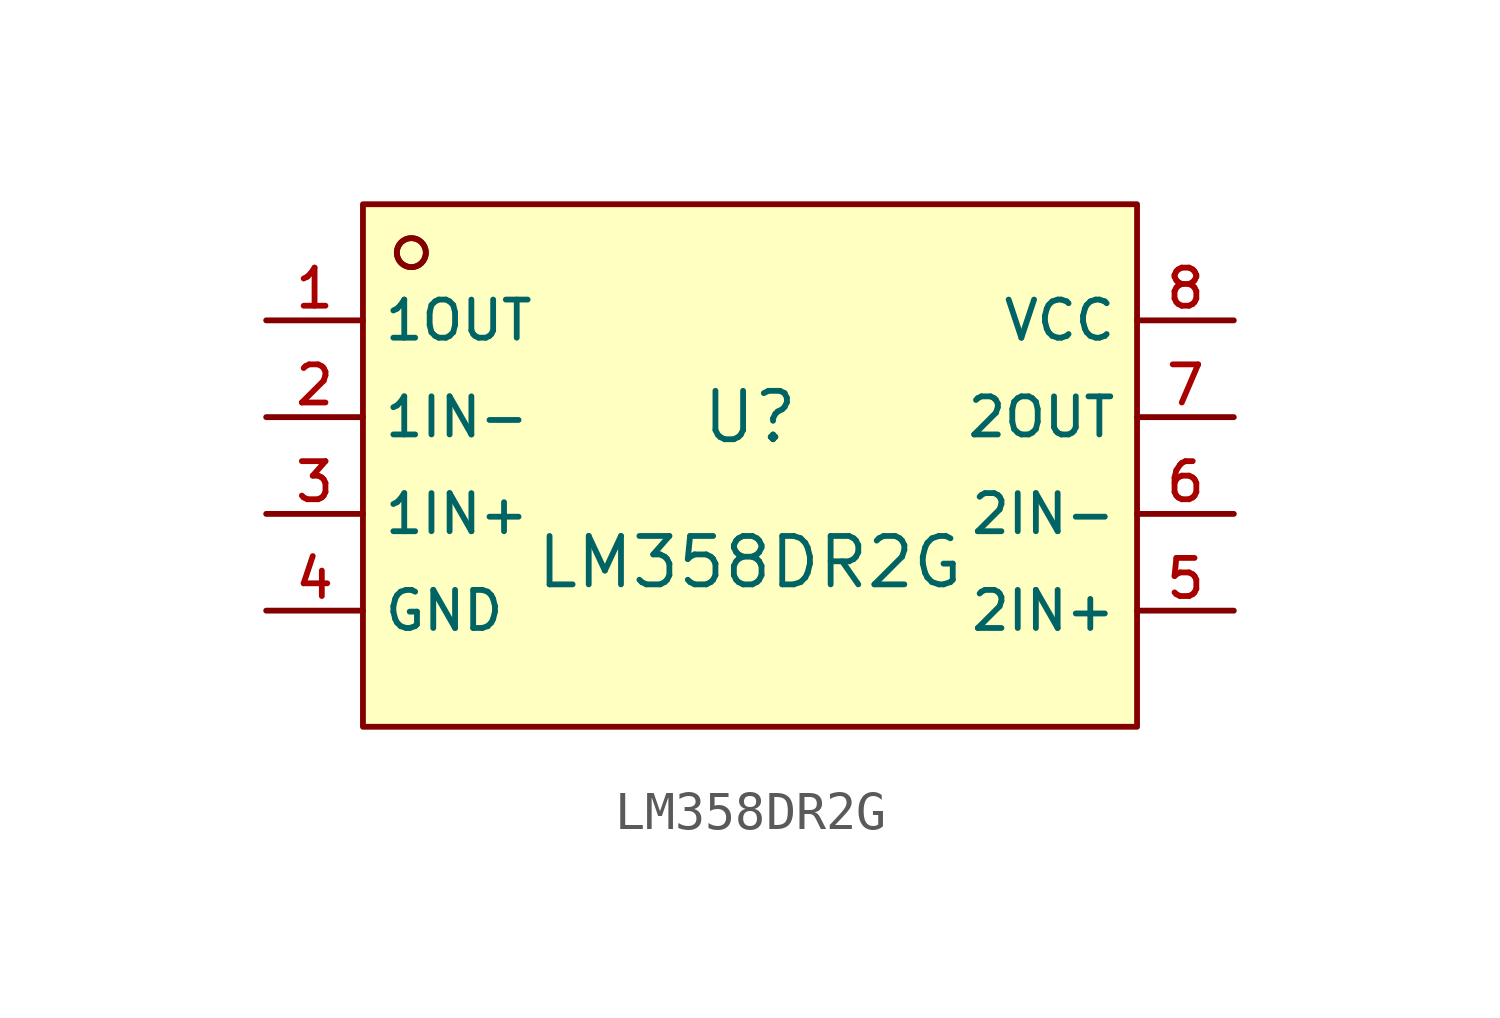
<source format=kicad_sym>
(kicad_symbol_lib
  (version 20210201)
  (generator TousstNicolas/JLC2KiCad_lib)
  (symbol "LM358DR2G"
    (property "Reference" "U"
      (at 0 1.27 0)
      (effects (font (size 1.27 1.27))))
    (property "Value" "LM358DR2G"
      (at 0 -2.54 0)
      (effects (font (size 1.27 1.27))))
    (symbol "LM358DR2G_0_1"
      (circle (center -8.89 5.588) (radius 0.381) (stroke (width 0) (type default) (color 0 0 0 0)) (fill (type background)))
      (rectangle (start -10.16 6.858) (end 10.16 -6.858) (stroke (width 0) (type default) (color 0 0 0 0)) (fill (type background)))
      (circle (center -8.89 5.588) (radius 0.381) (stroke (width 0) (type default) (color 0 0 0 0)) (fill (type background)))
      (pin unspecified line (at -12.7 3.81 0) (length 2.54) (name "1OUT" (effects (font (size 1 1)))) (number "1" (effects (font (size 1 1)))))
      (pin unspecified line (at -12.7 1.27 0) (length 2.54) (name "1IN-" (effects (font (size 1 1)))) (number "2" (effects (font (size 1 1)))))
      (pin unspecified line (at -12.7 -1.27 0) (length 2.54) (name "1IN+" (effects (font (size 1 1)))) (number "3" (effects (font (size 1 1)))))
      (pin unspecified line (at -12.7 -3.81 0) (length 2.54) (name "GND" (effects (font (size 1 1)))) (number "4" (effects (font (size 1 1)))))
      (pin unspecified line (at 12.7 -3.81 180) (length 2.54) (name "2IN+" (effects (font (size 1 1)))) (number "5" (effects (font (size 1 1)))))
      (pin unspecified line (at 12.7 -1.27 180) (length 2.54) (name "2IN-" (effects (font (size 1 1)))) (number "6" (effects (font (size 1 1)))))
      (pin unspecified line (at 12.7 1.27 180) (length 2.54) (name "2OUT" (effects (font (size 1 1)))) (number "7" (effects (font (size 1 1)))))
      (pin unspecified line (at 12.7 3.81 180) (length 2.54) (name "VCC" (effects (font (size 1 1)))) (number "8" (effects (font (size 1 1))))))))
</source>
